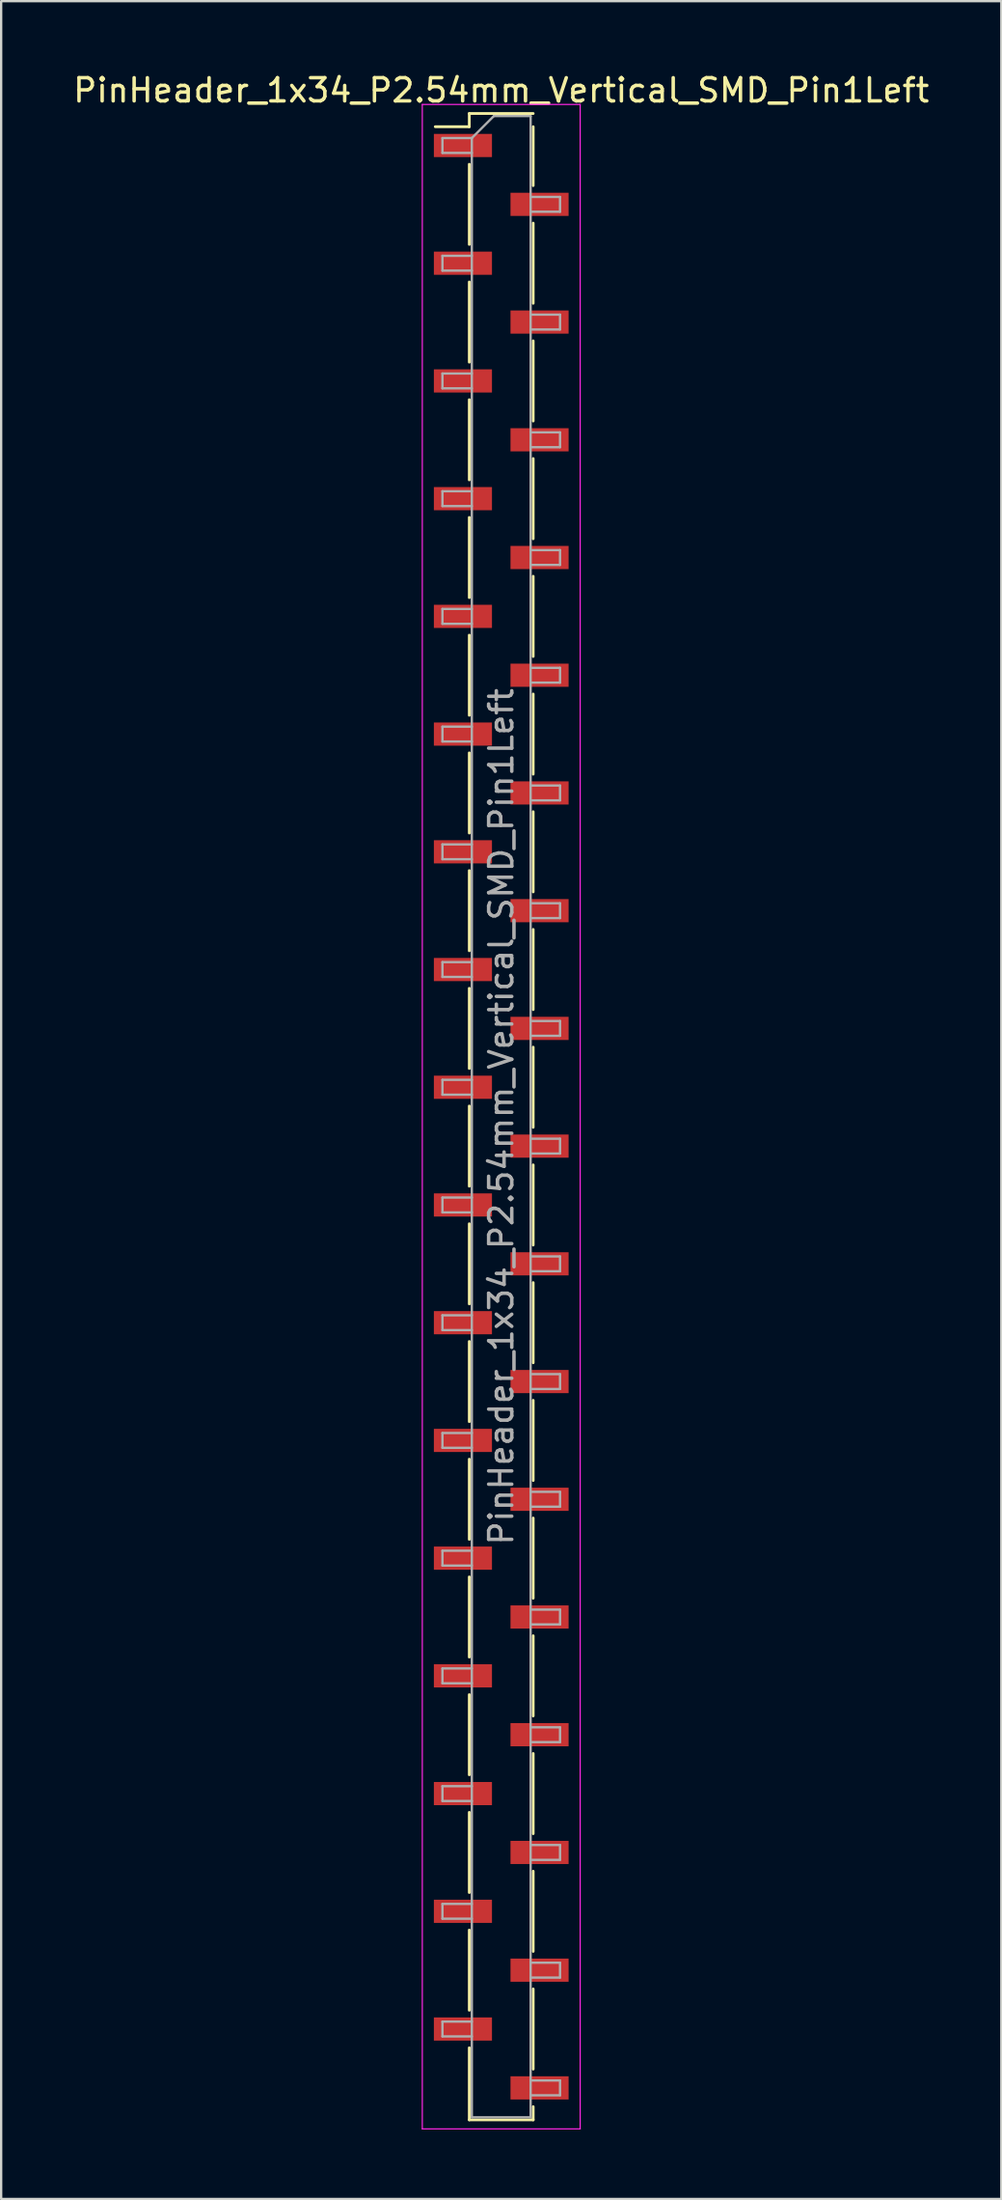
<source format=kicad_pcb>
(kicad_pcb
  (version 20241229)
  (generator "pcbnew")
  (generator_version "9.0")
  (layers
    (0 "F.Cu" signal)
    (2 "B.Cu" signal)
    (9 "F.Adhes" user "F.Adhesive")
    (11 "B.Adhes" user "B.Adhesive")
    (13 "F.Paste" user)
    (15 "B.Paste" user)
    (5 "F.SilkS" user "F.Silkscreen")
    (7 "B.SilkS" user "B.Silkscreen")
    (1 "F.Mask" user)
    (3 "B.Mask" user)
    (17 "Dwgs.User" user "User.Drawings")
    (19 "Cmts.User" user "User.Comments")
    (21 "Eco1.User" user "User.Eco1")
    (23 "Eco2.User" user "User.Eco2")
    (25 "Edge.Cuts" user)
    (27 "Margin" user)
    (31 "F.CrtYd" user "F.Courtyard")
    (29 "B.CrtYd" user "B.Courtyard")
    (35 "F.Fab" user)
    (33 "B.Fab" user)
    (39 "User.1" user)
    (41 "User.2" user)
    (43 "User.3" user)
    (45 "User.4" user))
  (footprint "PinHeader_1x34_P2.54mm_Vertical_SMD_Pin1Left"
    (layer "F.Cu")
    (at 18.601 45.138)
    (property "Reference" "PinHeader_1x34_P2.54mm_Vertical_SMD_Pin1Left" (at 0 -44.29 0) (layer "F.SilkS") (effects (font (size 1 1) (thickness 0.15))))
    (attr smd)
    (fp_line (start -1.38 -43.29) (end -1.38 -42.72) (stroke (width 0.12) (type solid)) (layer "F.SilkS"))
    (fp_line (start -1.38 -43.29) (end 1.38 -43.29) (stroke (width 0.12) (type solid)) (layer "F.SilkS"))
    (fp_line (start -1.38 -42.72) (end -2.85 -42.72) (stroke (width 0.12) (type solid)) (layer "F.SilkS"))
    (fp_line (start -1.38 -41.1) (end -1.38 -37.64) (stroke (width 0.12) (type solid)) (layer "F.SilkS"))
    (fp_line (start -1.38 -36.02) (end -1.38 -32.56) (stroke (width 0.12) (type solid)) (layer "F.SilkS"))
    (fp_line (start -1.38 -30.94) (end -1.38 -27.48) (stroke (width 0.12) (type solid)) (layer "F.SilkS"))
    (fp_line (start -1.38 -25.86) (end -1.38 -22.4) (stroke (width 0.12) (type solid)) (layer "F.SilkS"))
    (fp_line (start -1.38 -20.78) (end -1.38 -17.32) (stroke (width 0.12) (type solid)) (layer "F.SilkS"))
    (fp_line (start -1.38 -15.7) (end -1.38 -12.24) (stroke (width 0.12) (type solid)) (layer "F.SilkS"))
    (fp_line (start -1.38 -10.62) (end -1.38 -7.16) (stroke (width 0.12) (type solid)) (layer "F.SilkS"))
    (fp_line (start -1.38 -5.54) (end -1.38 -2.08) (stroke (width 0.12) (type solid)) (layer "F.SilkS"))
    (fp_line (start -1.38 -0.46) (end -1.38 3) (stroke (width 0.12) (type solid)) (layer "F.SilkS"))
    (fp_line (start -1.38 4.62) (end -1.38 8.08) (stroke (width 0.12) (type solid)) (layer "F.SilkS"))
    (fp_line (start -1.38 9.7) (end -1.38 13.16) (stroke (width 0.12) (type solid)) (layer "F.SilkS"))
    (fp_line (start -1.38 14.78) (end -1.38 18.24) (stroke (width 0.12) (type solid)) (layer "F.SilkS"))
    (fp_line (start -1.38 19.86) (end -1.38 23.32) (stroke (width 0.12) (type solid)) (layer "F.SilkS"))
    (fp_line (start -1.38 24.94) (end -1.38 28.4) (stroke (width 0.12) (type solid)) (layer "F.SilkS"))
    (fp_line (start -1.38 30.02) (end -1.38 33.48) (stroke (width 0.12) (type solid)) (layer "F.SilkS"))
    (fp_line (start -1.38 35.1) (end -1.38 38.56) (stroke (width 0.12) (type solid)) (layer "F.SilkS"))
    (fp_line (start -1.38 40.18) (end -1.38 43.29) (stroke (width 0.12) (type solid)) (layer "F.SilkS"))
    (fp_line (start -1.38 43.29) (end 1.38 43.29) (stroke (width 0.12) (type solid)) (layer "F.SilkS"))
    (fp_line (start 1.38 -42.72) (end 1.38 -40.18) (stroke (width 0.12) (type solid)) (layer "F.SilkS"))
    (fp_line (start 1.38 -38.56) (end 1.38 -35.1) (stroke (width 0.12) (type solid)) (layer "F.SilkS"))
    (fp_line (start 1.38 -33.48) (end 1.38 -30.02) (stroke (width 0.12) (type solid)) (layer "F.SilkS"))
    (fp_line (start 1.38 -28.4) (end 1.38 -24.94) (stroke (width 0.12) (type solid)) (layer "F.SilkS"))
    (fp_line (start 1.38 -23.32) (end 1.38 -19.86) (stroke (width 0.12) (type solid)) (layer "F.SilkS"))
    (fp_line (start 1.38 -18.24) (end 1.38 -14.78) (stroke (width 0.12) (type solid)) (layer "F.SilkS"))
    (fp_line (start 1.38 -13.16) (end 1.38 -9.7) (stroke (width 0.12) (type solid)) (layer "F.SilkS"))
    (fp_line (start 1.38 -8.08) (end 1.38 -4.62) (stroke (width 0.12) (type solid)) (layer "F.SilkS"))
    (fp_line (start 1.38 -3) (end 1.38 0.46) (stroke (width 0.12) (type solid)) (layer "F.SilkS"))
    (fp_line (start 1.38 2.08) (end 1.38 5.54) (stroke (width 0.12) (type solid)) (layer "F.SilkS"))
    (fp_line (start 1.38 7.16) (end 1.38 10.62) (stroke (width 0.12) (type solid)) (layer "F.SilkS"))
    (fp_line (start 1.38 12.24) (end 1.38 15.7) (stroke (width 0.12) (type solid)) (layer "F.SilkS"))
    (fp_line (start 1.38 17.32) (end 1.38 20.78) (stroke (width 0.12) (type solid)) (layer "F.SilkS"))
    (fp_line (start 1.38 22.4) (end 1.38 25.86) (stroke (width 0.12) (type solid)) (layer "F.SilkS"))
    (fp_line (start 1.38 27.48) (end 1.38 30.94) (stroke (width 0.12) (type solid)) (layer "F.SilkS"))
    (fp_line (start 1.38 32.56) (end 1.38 36.02) (stroke (width 0.12) (type solid)) (layer "F.SilkS"))
    (fp_line (start 1.38 37.64) (end 1.38 41.1) (stroke (width 0.12) (type solid)) (layer "F.SilkS"))
    (fp_line (start 1.38 42.72) (end 1.38 43.29) (stroke (width 0.12) (type solid)) (layer "F.SilkS"))
    (fp_line (start -3.41 -43.68) (end -3.41 43.68) (stroke (width 0.05) (type solid)) (layer "F.CrtYd"))
    (fp_line (start -3.41 43.68) (end 3.41 43.68) (stroke (width 0.05) (type solid)) (layer "F.CrtYd"))
    (fp_line (start 3.41 -43.68) (end -3.41 -43.68) (stroke (width 0.05) (type solid)) (layer "F.CrtYd"))
    (fp_line (start 3.41 43.68) (end 3.41 -43.68) (stroke (width 0.05) (type solid)) (layer "F.CrtYd"))
    (fp_line (start -2.54 -42.23) (end -2.54 -41.59) (stroke (width 0.1) (type solid)) (layer "F.Fab"))
    (fp_line (start -2.54 -41.59) (end -1.27 -41.59) (stroke (width 0.1) (type solid)) (layer "F.Fab"))
    (fp_line (start -2.54 -37.15) (end -2.54 -36.51) (stroke (width 0.1) (type solid)) (layer "F.Fab"))
    (fp_line (start -2.54 -36.51) (end -1.27 -36.51) (stroke (width 0.1) (type solid)) (layer "F.Fab"))
    (fp_line (start -2.54 -32.07) (end -2.54 -31.43) (stroke (width 0.1) (type solid)) (layer "F.Fab"))
    (fp_line (start -2.54 -31.43) (end -1.27 -31.43) (stroke (width 0.1) (type solid)) (layer "F.Fab"))
    (fp_line (start -2.54 -26.99) (end -2.54 -26.35) (stroke (width 0.1) (type solid)) (layer "F.Fab"))
    (fp_line (start -2.54 -26.35) (end -1.27 -26.35) (stroke (width 0.1) (type solid)) (layer "F.Fab"))
    (fp_line (start -2.54 -21.91) (end -2.54 -21.27) (stroke (width 0.1) (type solid)) (layer "F.Fab"))
    (fp_line (start -2.54 -21.27) (end -1.27 -21.27) (stroke (width 0.1) (type solid)) (layer "F.Fab"))
    (fp_line (start -2.54 -16.83) (end -2.54 -16.19) (stroke (width 0.1) (type solid)) (layer "F.Fab"))
    (fp_line (start -2.54 -16.19) (end -1.27 -16.19) (stroke (width 0.1) (type solid)) (layer "F.Fab"))
    (fp_line (start -2.54 -11.75) (end -2.54 -11.11) (stroke (width 0.1) (type solid)) (layer "F.Fab"))
    (fp_line (start -2.54 -11.11) (end -1.27 -11.11) (stroke (width 0.1) (type solid)) (layer "F.Fab"))
    (fp_line (start -2.54 -6.67) (end -2.54 -6.03) (stroke (width 0.1) (type solid)) (layer "F.Fab"))
    (fp_line (start -2.54 -6.03) (end -1.27 -6.03) (stroke (width 0.1) (type solid)) (layer "F.Fab"))
    (fp_line (start -2.54 -1.59) (end -2.54 -0.95) (stroke (width 0.1) (type solid)) (layer "F.Fab"))
    (fp_line (start -2.54 -0.95) (end -1.27 -0.95) (stroke (width 0.1) (type solid)) (layer "F.Fab"))
    (fp_line (start -2.54 3.49) (end -2.54 4.13) (stroke (width 0.1) (type solid)) (layer "F.Fab"))
    (fp_line (start -2.54 4.13) (end -1.27 4.13) (stroke (width 0.1) (type solid)) (layer "F.Fab"))
    (fp_line (start -2.54 8.57) (end -2.54 9.21) (stroke (width 0.1) (type solid)) (layer "F.Fab"))
    (fp_line (start -2.54 9.21) (end -1.27 9.21) (stroke (width 0.1) (type solid)) (layer "F.Fab"))
    (fp_line (start -2.54 13.65) (end -2.54 14.29) (stroke (width 0.1) (type solid)) (layer "F.Fab"))
    (fp_line (start -2.54 14.29) (end -1.27 14.29) (stroke (width 0.1) (type solid)) (layer "F.Fab"))
    (fp_line (start -2.54 18.73) (end -2.54 19.37) (stroke (width 0.1) (type solid)) (layer "F.Fab"))
    (fp_line (start -2.54 19.37) (end -1.27 19.37) (stroke (width 0.1) (type solid)) (layer "F.Fab"))
    (fp_line (start -2.54 23.81) (end -2.54 24.45) (stroke (width 0.1) (type solid)) (layer "F.Fab"))
    (fp_line (start -2.54 24.45) (end -1.27 24.45) (stroke (width 0.1) (type solid)) (layer "F.Fab"))
    (fp_line (start -2.54 28.89) (end -2.54 29.53) (stroke (width 0.1) (type solid)) (layer "F.Fab"))
    (fp_line (start -2.54 29.53) (end -1.27 29.53) (stroke (width 0.1) (type solid)) (layer "F.Fab"))
    (fp_line (start -2.54 33.97) (end -2.54 34.61) (stroke (width 0.1) (type solid)) (layer "F.Fab"))
    (fp_line (start -2.54 34.61) (end -1.27 34.61) (stroke (width 0.1) (type solid)) (layer "F.Fab"))
    (fp_line (start -2.54 39.05) (end -2.54 39.69) (stroke (width 0.1) (type solid)) (layer "F.Fab"))
    (fp_line (start -2.54 39.69) (end -1.27 39.69) (stroke (width 0.1) (type solid)) (layer "F.Fab"))
    (fp_line (start -1.27 -42.23) (end -2.54 -42.23) (stroke (width 0.1) (type solid)) (layer "F.Fab"))
    (fp_line (start -1.27 -42.23) (end -0.32 -43.18) (stroke (width 0.1) (type solid)) (layer "F.Fab"))
    (fp_line (start -1.27 -37.15) (end -2.54 -37.15) (stroke (width 0.1) (type solid)) (layer "F.Fab"))
    (fp_line (start -1.27 -32.07) (end -2.54 -32.07) (stroke (width 0.1) (type solid)) (layer "F.Fab"))
    (fp_line (start -1.27 -26.99) (end -2.54 -26.99) (stroke (width 0.1) (type solid)) (layer "F.Fab"))
    (fp_line (start -1.27 -21.91) (end -2.54 -21.91) (stroke (width 0.1) (type solid)) (layer "F.Fab"))
    (fp_line (start -1.27 -16.83) (end -2.54 -16.83) (stroke (width 0.1) (type solid)) (layer "F.Fab"))
    (fp_line (start -1.27 -11.75) (end -2.54 -11.75) (stroke (width 0.1) (type solid)) (layer "F.Fab"))
    (fp_line (start -1.27 -6.67) (end -2.54 -6.67) (stroke (width 0.1) (type solid)) (layer "F.Fab"))
    (fp_line (start -1.27 -1.59) (end -2.54 -1.59) (stroke (width 0.1) (type solid)) (layer "F.Fab"))
    (fp_line (start -1.27 3.49) (end -2.54 3.49) (stroke (width 0.1) (type solid)) (layer "F.Fab"))
    (fp_line (start -1.27 8.57) (end -2.54 8.57) (stroke (width 0.1) (type solid)) (layer "F.Fab"))
    (fp_line (start -1.27 13.65) (end -2.54 13.65) (stroke (width 0.1) (type solid)) (layer "F.Fab"))
    (fp_line (start -1.27 18.73) (end -2.54 18.73) (stroke (width 0.1) (type solid)) (layer "F.Fab"))
    (fp_line (start -1.27 23.81) (end -2.54 23.81) (stroke (width 0.1) (type solid)) (layer "F.Fab"))
    (fp_line (start -1.27 28.89) (end -2.54 28.89) (stroke (width 0.1) (type solid)) (layer "F.Fab"))
    (fp_line (start -1.27 33.97) (end -2.54 33.97) (stroke (width 0.1) (type solid)) (layer "F.Fab"))
    (fp_line (start -1.27 39.05) (end -2.54 39.05) (stroke (width 0.1) (type solid)) (layer "F.Fab"))
    (fp_line (start -1.27 43.18) (end -1.27 -42.23) (stroke (width 0.1) (type solid)) (layer "F.Fab"))
    (fp_line (start -0.32 -43.18) (end 1.27 -43.18) (stroke (width 0.1) (type solid)) (layer "F.Fab"))
    (fp_line (start 1.27 -43.18) (end 1.27 43.18) (stroke (width 0.1) (type solid)) (layer "F.Fab"))
    (fp_line (start 1.27 -39.69) (end 2.54 -39.69) (stroke (width 0.1) (type solid)) (layer "F.Fab"))
    (fp_line (start 1.27 -34.61) (end 2.54 -34.61) (stroke (width 0.1) (type solid)) (layer "F.Fab"))
    (fp_line (start 1.27 -29.53) (end 2.54 -29.53) (stroke (width 0.1) (type solid)) (layer "F.Fab"))
    (fp_line (start 1.27 -24.45) (end 2.54 -24.45) (stroke (width 0.1) (type solid)) (layer "F.Fab"))
    (fp_line (start 1.27 -19.37) (end 2.54 -19.37) (stroke (width 0.1) (type solid)) (layer "F.Fab"))
    (fp_line (start 1.27 -14.29) (end 2.54 -14.29) (stroke (width 0.1) (type solid)) (layer "F.Fab"))
    (fp_line (start 1.27 -9.21) (end 2.54 -9.21) (stroke (width 0.1) (type solid)) (layer "F.Fab"))
    (fp_line (start 1.27 -4.13) (end 2.54 -4.13) (stroke (width 0.1) (type solid)) (layer "F.Fab"))
    (fp_line (start 1.27 0.95) (end 2.54 0.95) (stroke (width 0.1) (type solid)) (layer "F.Fab"))
    (fp_line (start 1.27 6.03) (end 2.54 6.03) (stroke (width 0.1) (type solid)) (layer "F.Fab"))
    (fp_line (start 1.27 11.11) (end 2.54 11.11) (stroke (width 0.1) (type solid)) (layer "F.Fab"))
    (fp_line (start 1.27 16.19) (end 2.54 16.19) (stroke (width 0.1) (type solid)) (layer "F.Fab"))
    (fp_line (start 1.27 21.27) (end 2.54 21.27) (stroke (width 0.1) (type solid)) (layer "F.Fab"))
    (fp_line (start 1.27 26.35) (end 2.54 26.35) (stroke (width 0.1) (type solid)) (layer "F.Fab"))
    (fp_line (start 1.27 31.43) (end 2.54 31.43) (stroke (width 0.1) (type solid)) (layer "F.Fab"))
    (fp_line (start 1.27 36.51) (end 2.54 36.51) (stroke (width 0.1) (type solid)) (layer "F.Fab"))
    (fp_line (start 1.27 41.59) (end 2.54 41.59) (stroke (width 0.1) (type solid)) (layer "F.Fab"))
    (fp_line (start 1.27 43.18) (end -1.27 43.18) (stroke (width 0.1) (type solid)) (layer "F.Fab"))
    (fp_line (start 2.54 -39.69) (end 2.54 -39.05) (stroke (width 0.1) (type solid)) (layer "F.Fab"))
    (fp_line (start 2.54 -39.05) (end 1.27 -39.05) (stroke (width 0.1) (type solid)) (layer "F.Fab"))
    (fp_line (start 2.54 -34.61) (end 2.54 -33.97) (stroke (width 0.1) (type solid)) (layer "F.Fab"))
    (fp_line (start 2.54 -33.97) (end 1.27 -33.97) (stroke (width 0.1) (type solid)) (layer "F.Fab"))
    (fp_line (start 2.54 -29.53) (end 2.54 -28.89) (stroke (width 0.1) (type solid)) (layer "F.Fab"))
    (fp_line (start 2.54 -28.89) (end 1.27 -28.89) (stroke (width 0.1) (type solid)) (layer "F.Fab"))
    (fp_line (start 2.54 -24.45) (end 2.54 -23.81) (stroke (width 0.1) (type solid)) (layer "F.Fab"))
    (fp_line (start 2.54 -23.81) (end 1.27 -23.81) (stroke (width 0.1) (type solid)) (layer "F.Fab"))
    (fp_line (start 2.54 -19.37) (end 2.54 -18.73) (stroke (width 0.1) (type solid)) (layer "F.Fab"))
    (fp_line (start 2.54 -18.73) (end 1.27 -18.73) (stroke (width 0.1) (type solid)) (layer "F.Fab"))
    (fp_line (start 2.54 -14.29) (end 2.54 -13.65) (stroke (width 0.1) (type solid)) (layer "F.Fab"))
    (fp_line (start 2.54 -13.65) (end 1.27 -13.65) (stroke (width 0.1) (type solid)) (layer "F.Fab"))
    (fp_line (start 2.54 -9.21) (end 2.54 -8.57) (stroke (width 0.1) (type solid)) (layer "F.Fab"))
    (fp_line (start 2.54 -8.57) (end 1.27 -8.57) (stroke (width 0.1) (type solid)) (layer "F.Fab"))
    (fp_line (start 2.54 -4.13) (end 2.54 -3.49) (stroke (width 0.1) (type solid)) (layer "F.Fab"))
    (fp_line (start 2.54 -3.49) (end 1.27 -3.49) (stroke (width 0.1) (type solid)) (layer "F.Fab"))
    (fp_line (start 2.54 0.95) (end 2.54 1.59) (stroke (width 0.1) (type solid)) (layer "F.Fab"))
    (fp_line (start 2.54 1.59) (end 1.27 1.59) (stroke (width 0.1) (type solid)) (layer "F.Fab"))
    (fp_line (start 2.54 6.03) (end 2.54 6.67) (stroke (width 0.1) (type solid)) (layer "F.Fab"))
    (fp_line (start 2.54 6.67) (end 1.27 6.67) (stroke (width 0.1) (type solid)) (layer "F.Fab"))
    (fp_line (start 2.54 11.11) (end 2.54 11.75) (stroke (width 0.1) (type solid)) (layer "F.Fab"))
    (fp_line (start 2.54 11.75) (end 1.27 11.75) (stroke (width 0.1) (type solid)) (layer "F.Fab"))
    (fp_line (start 2.54 16.19) (end 2.54 16.83) (stroke (width 0.1) (type solid)) (layer "F.Fab"))
    (fp_line (start 2.54 16.83) (end 1.27 16.83) (stroke (width 0.1) (type solid)) (layer "F.Fab"))
    (fp_line (start 2.54 21.27) (end 2.54 21.91) (stroke (width 0.1) (type solid)) (layer "F.Fab"))
    (fp_line (start 2.54 21.91) (end 1.27 21.91) (stroke (width 0.1) (type solid)) (layer "F.Fab"))
    (fp_line (start 2.54 26.35) (end 2.54 26.99) (stroke (width 0.1) (type solid)) (layer "F.Fab"))
    (fp_line (start 2.54 26.99) (end 1.27 26.99) (stroke (width 0.1) (type solid)) (layer "F.Fab"))
    (fp_line (start 2.54 31.43) (end 2.54 32.07) (stroke (width 0.1) (type solid)) (layer "F.Fab"))
    (fp_line (start 2.54 32.07) (end 1.27 32.07) (stroke (width 0.1) (type solid)) (layer "F.Fab"))
    (fp_line (start 2.54 36.51) (end 2.54 37.15) (stroke (width 0.1) (type solid)) (layer "F.Fab"))
    (fp_line (start 2.54 37.15) (end 1.27 37.15) (stroke (width 0.1) (type solid)) (layer "F.Fab"))
    (fp_line (start 2.54 41.59) (end 2.54 42.23) (stroke (width 0.1) (type solid)) (layer "F.Fab"))
    (fp_line (start 2.54 42.23) (end 1.27 42.23) (stroke (width 0.1) (type solid)) (layer "F.Fab"))
    (fp_text user "${REFERENCE}" (at 0 0 90) (layer "F.Fab") (effects (font (size 1 1) (thickness 0.15))))
    (pad "1" smd rect (at -1.655 -41.91) (size 2.51 1) (layers "F.Cu" "F.Mask" "F.Paste"))
    (pad "2" smd rect (at 1.655 -39.37) (size 2.51 1) (layers "F.Cu" "F.Mask" "F.Paste"))
    (pad "3" smd rect (at -1.655 -36.83) (size 2.51 1) (layers "F.Cu" "F.Mask" "F.Paste"))
    (pad "4" smd rect (at 1.655 -34.29) (size 2.51 1) (layers "F.Cu" "F.Mask" "F.Paste"))
    (pad "5" smd rect (at -1.655 -31.75) (size 2.51 1) (layers "F.Cu" "F.Mask" "F.Paste"))
    (pad "6" smd rect (at 1.655 -29.21) (size 2.51 1) (layers "F.Cu" "F.Mask" "F.Paste"))
    (pad "7" smd rect (at -1.655 -26.67) (size 2.51 1) (layers "F.Cu" "F.Mask" "F.Paste"))
    (pad "8" smd rect (at 1.655 -24.13) (size 2.51 1) (layers "F.Cu" "F.Mask" "F.Paste"))
    (pad "9" smd rect (at -1.655 -21.59) (size 2.51 1) (layers "F.Cu" "F.Mask" "F.Paste"))
    (pad "10" smd rect (at 1.655 -19.05) (size 2.51 1) (layers "F.Cu" "F.Mask" "F.Paste"))
    (pad "11" smd rect (at -1.655 -16.51) (size 2.51 1) (layers "F.Cu" "F.Mask" "F.Paste"))
    (pad "12" smd rect (at 1.655 -13.97) (size 2.51 1) (layers "F.Cu" "F.Mask" "F.Paste"))
    (pad "13" smd rect (at -1.655 -11.43) (size 2.51 1) (layers "F.Cu" "F.Mask" "F.Paste"))
    (pad "14" smd rect (at 1.655 -8.89) (size 2.51 1) (layers "F.Cu" "F.Mask" "F.Paste"))
    (pad "15" smd rect (at -1.655 -6.35) (size 2.51 1) (layers "F.Cu" "F.Mask" "F.Paste"))
    (pad "16" smd rect (at 1.655 -3.81) (size 2.51 1) (layers "F.Cu" "F.Mask" "F.Paste"))
    (pad "17" smd rect (at -1.655 -1.27) (size 2.51 1) (layers "F.Cu" "F.Mask" "F.Paste"))
    (pad "18" smd rect (at 1.655 1.27) (size 2.51 1) (layers "F.Cu" "F.Mask" "F.Paste"))
    (pad "19" smd rect (at -1.655 3.81) (size 2.51 1) (layers "F.Cu" "F.Mask" "F.Paste"))
    (pad "20" smd rect (at 1.655 6.35) (size 2.51 1) (layers "F.Cu" "F.Mask" "F.Paste"))
    (pad "21" smd rect (at -1.655 8.89) (size 2.51 1) (layers "F.Cu" "F.Mask" "F.Paste"))
    (pad "22" smd rect (at 1.655 11.43) (size 2.51 1) (layers "F.Cu" "F.Mask" "F.Paste"))
    (pad "23" smd rect (at -1.655 13.97) (size 2.51 1) (layers "F.Cu" "F.Mask" "F.Paste"))
    (pad "24" smd rect (at 1.655 16.51) (size 2.51 1) (layers "F.Cu" "F.Mask" "F.Paste"))
    (pad "25" smd rect (at -1.655 19.05) (size 2.51 1) (layers "F.Cu" "F.Mask" "F.Paste"))
    (pad "26" smd rect (at 1.655 21.59) (size 2.51 1) (layers "F.Cu" "F.Mask" "F.Paste"))
    (pad "27" smd rect (at -1.655 24.13) (size 2.51 1) (layers "F.Cu" "F.Mask" "F.Paste"))
    (pad "28" smd rect (at 1.655 26.67) (size 2.51 1) (layers "F.Cu" "F.Mask" "F.Paste"))
    (pad "29" smd rect (at -1.655 29.21) (size 2.51 1) (layers "F.Cu" "F.Mask" "F.Paste"))
    (pad "30" smd rect (at 1.655 31.75) (size 2.51 1) (layers "F.Cu" "F.Mask" "F.Paste"))
    (pad "31" smd rect (at -1.655 34.29) (size 2.51 1) (layers "F.Cu" "F.Mask" "F.Paste"))
    (pad "32" smd rect (at 1.655 36.83) (size 2.51 1) (layers "F.Cu" "F.Mask" "F.Paste"))
    (pad "33" smd rect (at -1.655 39.37) (size 2.51 1) (layers "F.Cu" "F.Mask" "F.Paste"))
    (pad "34" smd rect (at 1.655 41.91) (size 2.51 1) (layers "F.Cu" "F.Mask" "F.Paste")))
  (gr_rect
    (start -3 -3)
    (end 40.202 91.843)
    (stroke (width 0.1) (type default))
    (fill no)
    (layer "Edge.Cuts")))
</source>
